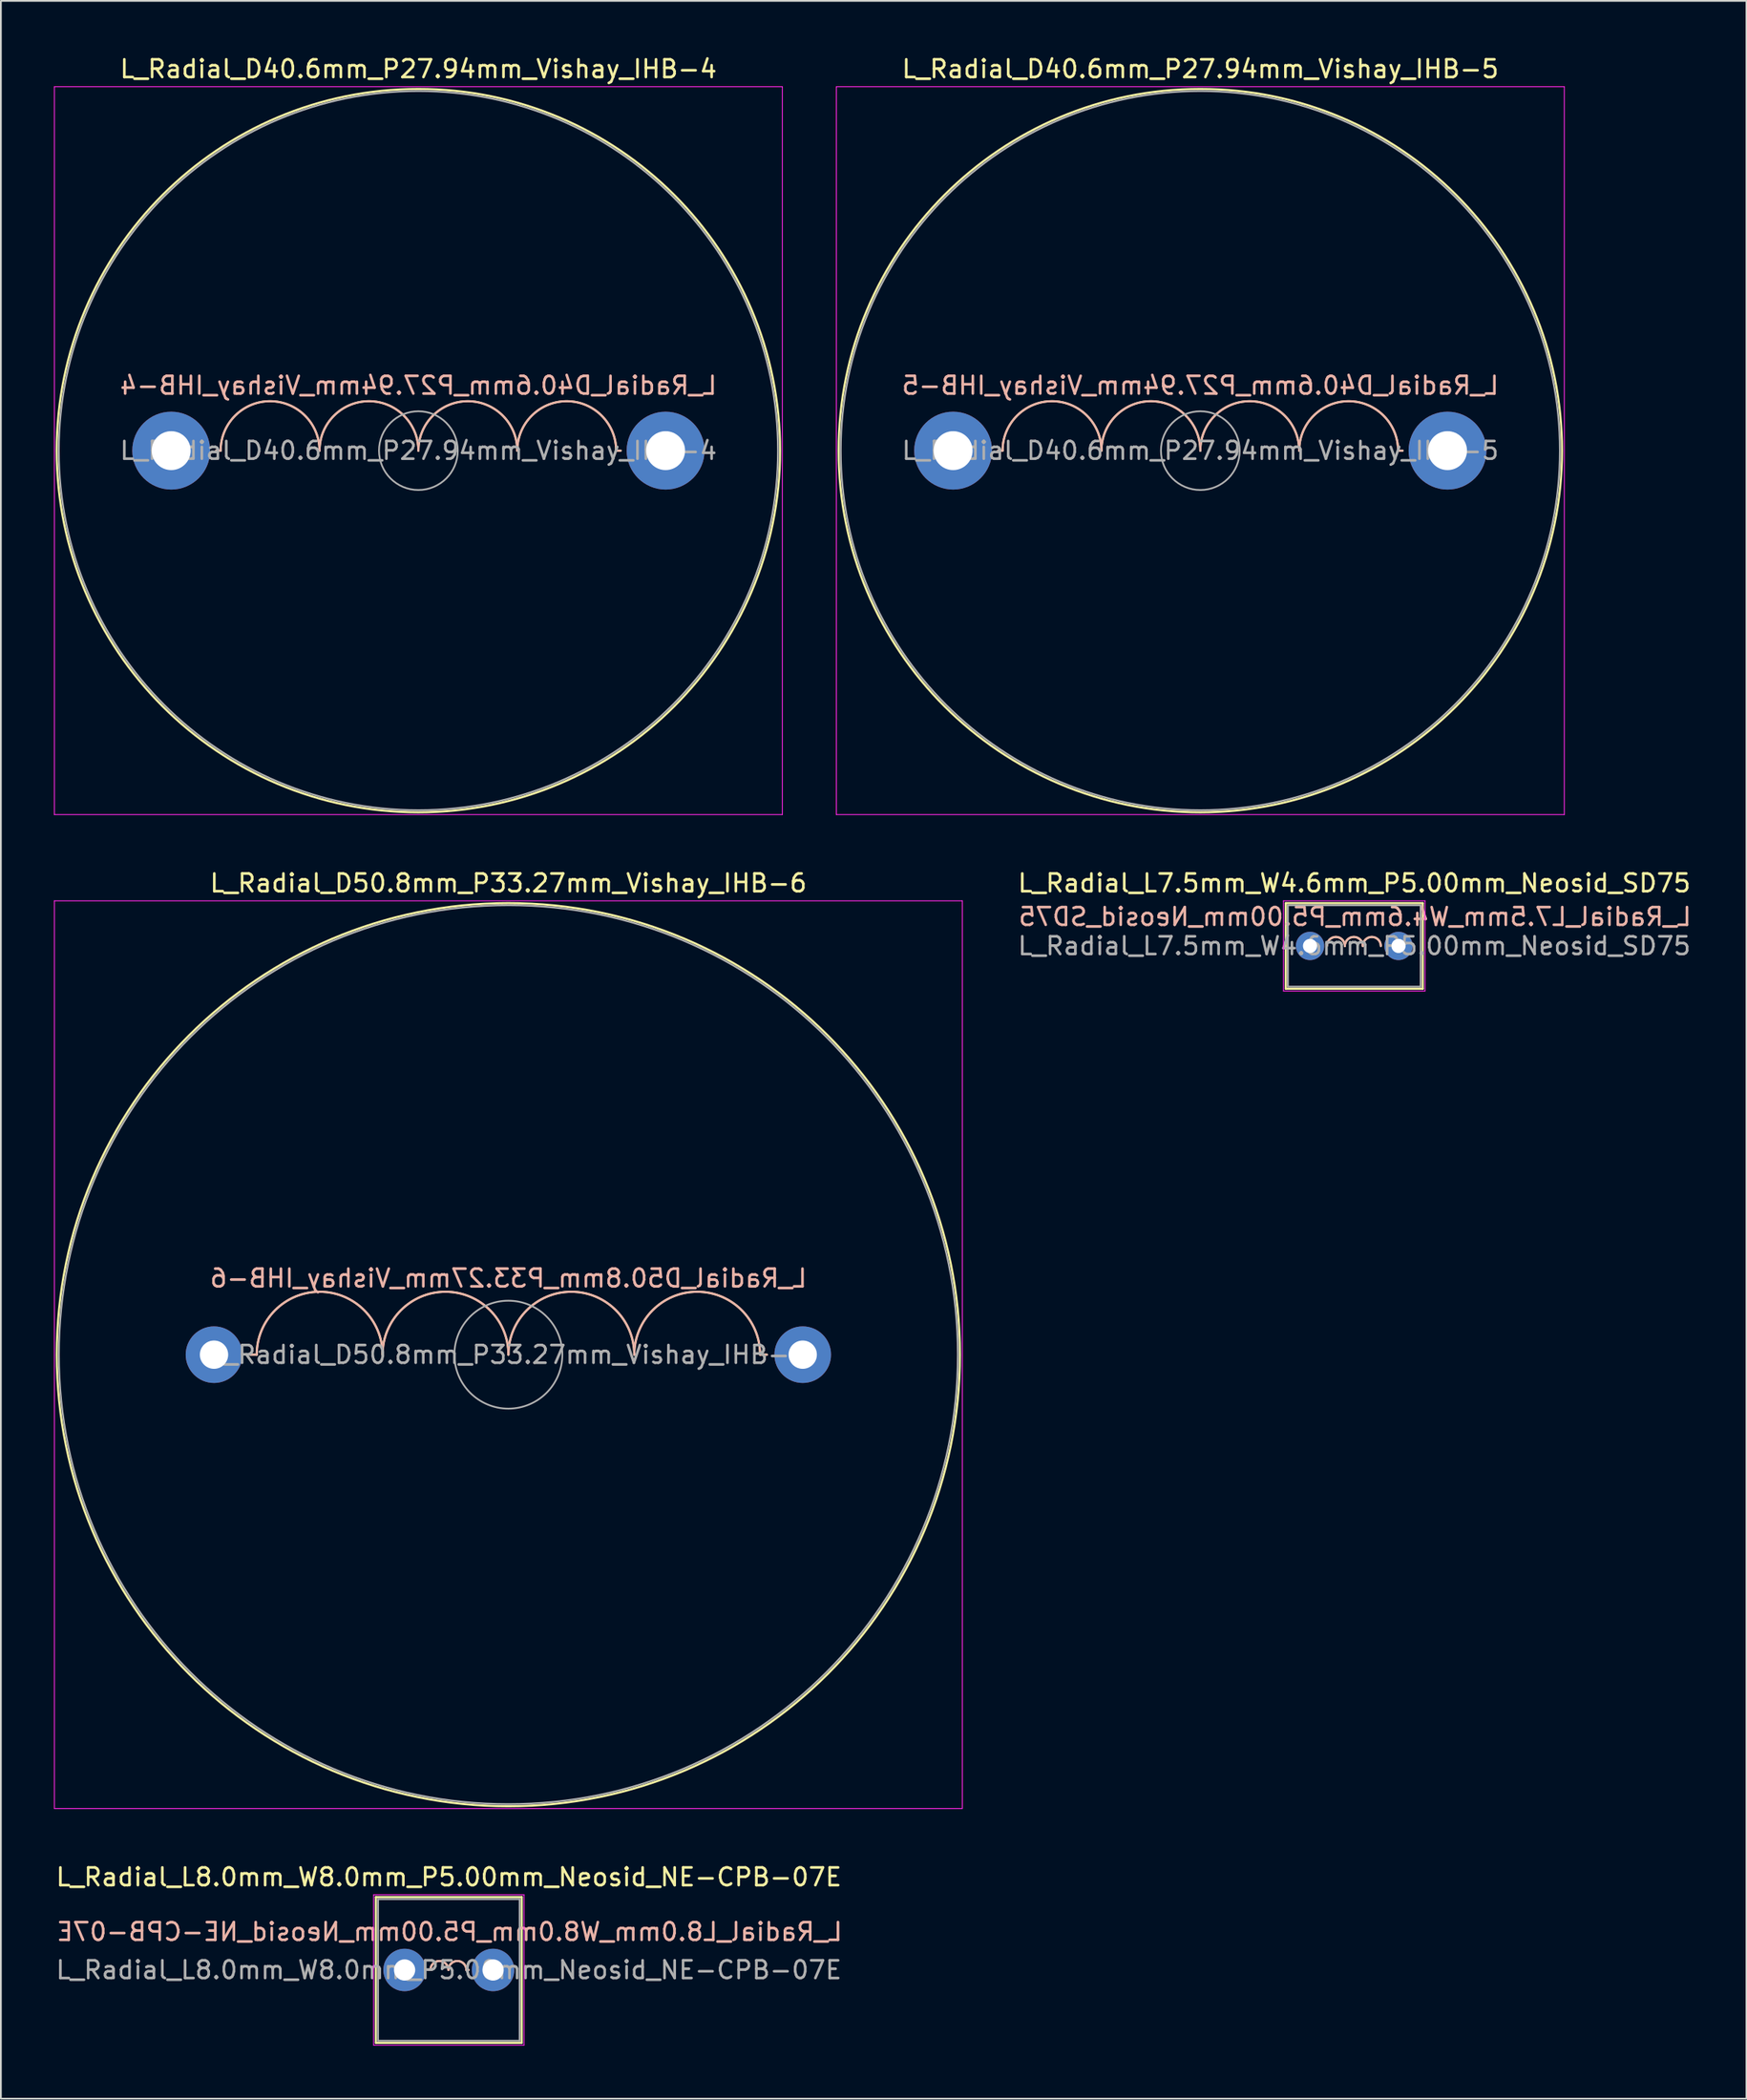
<source format=kicad_pcb>
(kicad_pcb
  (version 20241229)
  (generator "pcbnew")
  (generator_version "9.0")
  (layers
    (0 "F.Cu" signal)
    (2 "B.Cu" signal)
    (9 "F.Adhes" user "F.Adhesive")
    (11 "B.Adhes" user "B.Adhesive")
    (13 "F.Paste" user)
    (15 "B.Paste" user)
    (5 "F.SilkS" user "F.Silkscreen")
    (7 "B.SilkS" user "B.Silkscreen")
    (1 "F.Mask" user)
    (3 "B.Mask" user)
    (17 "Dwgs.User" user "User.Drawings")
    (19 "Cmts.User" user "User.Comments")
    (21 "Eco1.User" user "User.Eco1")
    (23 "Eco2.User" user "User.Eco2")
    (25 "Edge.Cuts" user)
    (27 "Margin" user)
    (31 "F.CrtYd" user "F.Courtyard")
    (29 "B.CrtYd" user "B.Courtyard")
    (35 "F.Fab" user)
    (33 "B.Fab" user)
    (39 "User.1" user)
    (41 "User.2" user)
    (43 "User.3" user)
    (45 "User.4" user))
  (footprint "L_Radial_D40.6mm_P27.94mm_Vishay_IHB-4"
    (layer "F.Cu")
    (at 6.625 22.418)
    (property "Reference" "L_Radial_D40.6mm_P27.94mm_Vishay_IHB-4" (at 13.97 -21.57 0) (layer "F.SilkS") (effects (font (size 1 1) (thickness 0.15))))
    (fp_line (start 2.794 0) (end 2.54 0) (stroke (width 0.12) (type solid)) (layer "F.SilkS"))
    (fp_line (start 25.146 0) (end 25.4 0) (stroke (width 0.12) (type solid)) (layer "F.SilkS"))
    (fp_arc (start 2.794 0) (mid 5.588 -2.794) (end 8.382 0) (stroke (width 0.12) (type solid)) (layer "F.SilkS"))
    (fp_arc (start 8.382 0) (mid 11.176 -2.794) (end 13.97 0) (stroke (width 0.12) (type solid)) (layer "F.SilkS"))
    (fp_arc (start 13.97 0) (mid 16.764 -2.794) (end 19.558 0) (stroke (width 0.12) (type solid)) (layer "F.SilkS"))
    (fp_arc (start 19.558 0) (mid 22.352 -2.794) (end 25.146 0) (stroke (width 0.12) (type solid)) (layer "F.SilkS"))
    (fp_circle (center 13.97 0) (end 34.41 0) (stroke (width 0.12) (type solid)) (fill no) (layer "F.SilkS"))
    (fp_line (start 2.794 0) (end 2.54 0) (stroke (width 0.12) (type solid)) (layer "B.SilkS"))
    (fp_line (start 25.146 0) (end 25.4 0) (stroke (width 0.12) (type solid)) (layer "B.SilkS"))
    (fp_arc (start 2.794 0) (mid 5.588 -2.794) (end 8.382 0) (stroke (width 0.12) (type solid)) (layer "B.SilkS"))
    (fp_arc (start 8.382 0) (mid 11.176 -2.794) (end 13.97 0) (stroke (width 0.12) (type solid)) (layer "B.SilkS"))
    (fp_arc (start 13.97 0) (mid 16.764 -2.794) (end 19.558 0) (stroke (width 0.12) (type solid)) (layer "B.SilkS"))
    (fp_arc (start 19.558 0) (mid 22.352 -2.794) (end 25.146 0) (stroke (width 0.12) (type solid)) (layer "B.SilkS"))
    (fp_line (start -6.6 -20.57) (end -6.6 20.57) (stroke (width 0.05) (type solid)) (layer "F.CrtYd"))
    (fp_line (start -6.6 20.57) (end 34.54 20.57) (stroke (width 0.05) (type solid)) (layer "F.CrtYd"))
    (fp_line (start 34.54 -20.57) (end -6.6 -20.57) (stroke (width 0.05) (type solid)) (layer "F.CrtYd"))
    (fp_line (start 34.54 20.57) (end 34.54 -20.57) (stroke (width 0.05) (type solid)) (layer "F.CrtYd"))
    (fp_circle (center 13.97 0) (end 16.195 0) (stroke (width 0.1) (type solid)) (fill no) (layer "F.Fab"))
    (fp_circle (center 13.97 0) (end 34.29 0) (stroke (width 0.1) (type solid)) (fill no) (layer "F.Fab"))
    (fp_text user "${REFERENCE}" (at 13.97 -3.683 0) (layer "B.SilkS") (effects (font (size 1 1) (thickness 0.15)) (justify mirror)))
    (fp_text user "${REFERENCE}" (at 13.97 0 0) (layer "F.Fab") (effects (font (size 1 1) (thickness 0.15))))
    (pad "1" thru_hole circle (at 0 0) (size 4.4 4.4) (drill 2.2) (layers "*.Cu" "*.Mask"))
    (pad "2" thru_hole circle (at 27.94 0) (size 4.4 4.4) (drill 2.2) (layers "*.Cu" "*.Mask")))
  (footprint "L_Radial_L8.0mm_W8.0mm_P5.00mm_Neosid_NE-CPB-07E"
    (layer "F.Cu")
    (at 19.815 108.285)
    (property "Reference" "L_Radial_L8.0mm_W8.0mm_P5.00mm_Neosid_NE-CPB-07E" (at 2.5 -5.25 0) (layer "F.SilkS") (effects (font (size 1 1) (thickness 0.15))))
    (fp_line (start -1.62 -4.12) (end -1.62 4.12) (stroke (width 0.12) (type solid)) (layer "F.SilkS"))
    (fp_line (start -1.62 -4.12) (end 6.62 -4.12) (stroke (width 0.12) (type solid)) (layer "F.SilkS"))
    (fp_line (start -1.62 4.12) (end 6.62 4.12) (stroke (width 0.12) (type solid)) (layer "F.SilkS"))
    (fp_line (start 1.46 0) (end 1.333 0) (stroke (width 0.12) (type solid)) (layer "F.SilkS"))
    (fp_line (start 3.493 0) (end 3.619 0) (stroke (width 0.12) (type solid)) (layer "F.SilkS"))
    (fp_line (start 6.62 -4.12) (end 6.62 4.12) (stroke (width 0.12) (type solid)) (layer "F.SilkS"))
    (fp_arc (start 1.4605 0) (mid 1.9685 -0.508) (end 2.4765 0) (stroke (width 0.12) (type solid)) (layer "F.SilkS"))
    (fp_arc (start 2.4765 0) (mid 2.9845 -0.508) (end 3.4925 0) (stroke (width 0.12) (type solid)) (layer "F.SilkS"))
    (fp_line (start 1.46 0) (end 1.333 0) (stroke (width 0.12) (type solid)) (layer "B.SilkS"))
    (fp_line (start 3.493 0) (end 3.619 0) (stroke (width 0.12) (type solid)) (layer "B.SilkS"))
    (fp_arc (start 1.4605 0) (mid 1.9685 -0.508) (end 2.4765 0) (stroke (width 0.12) (type solid)) (layer "B.SilkS"))
    (fp_arc (start 2.4765 0) (mid 2.9845 -0.508) (end 3.4925 0) (stroke (width 0.12) (type solid)) (layer "B.SilkS"))
    (fp_line (start -1.75 -4.25) (end -1.75 4.25) (stroke (width 0.05) (type solid)) (layer "F.CrtYd"))
    (fp_line (start -1.75 4.25) (end 6.75 4.25) (stroke (width 0.05) (type solid)) (layer "F.CrtYd"))
    (fp_line (start 6.75 -4.25) (end -1.75 -4.25) (stroke (width 0.05) (type solid)) (layer "F.CrtYd"))
    (fp_line (start 6.75 4.25) (end 6.75 -4.25) (stroke (width 0.05) (type solid)) (layer "F.CrtYd"))
    (fp_line (start -1.5 -4) (end -1.5 4) (stroke (width 0.1) (type solid)) (layer "F.Fab"))
    (fp_line (start -1.5 4) (end 6.5 4) (stroke (width 0.1) (type solid)) (layer "F.Fab"))
    (fp_line (start 6.5 -4) (end -1.5 -4) (stroke (width 0.1) (type solid)) (layer "F.Fab"))
    (fp_line (start 6.5 4) (end 6.5 -4) (stroke (width 0.1) (type solid)) (layer "F.Fab"))
    (fp_text user "${REFERENCE}" (at 2.54 -2.159 0) (layer "B.SilkS") (effects (font (size 1 1) (thickness 0.15)) (justify mirror)))
    (fp_text user "${REFERENCE}" (at 2.5 0 0) (layer "F.Fab") (effects (font (size 1 1) (thickness 0.15))))
    (pad "1" thru_hole circle (at 0 0) (size 2.4 2.4) (drill 1.2) (layers "*.Cu" "*.Mask"))
    (pad "2" thru_hole circle (at 5 0) (size 2.4 2.4) (drill 1.2) (layers "*.Cu" "*.Mask")))
  (footprint "L_Radial_D40.6mm_P27.94mm_Vishay_IHB-5"
    (layer "F.Cu")
    (at 50.815 22.418)
    (property "Reference" "L_Radial_D40.6mm_P27.94mm_Vishay_IHB-5" (at 13.97 -21.57 0) (layer "F.SilkS") (effects (font (size 1 1) (thickness 0.15))))
    (fp_line (start 2.794 0) (end 2.54 0) (stroke (width 0.12) (type solid)) (layer "F.SilkS"))
    (fp_line (start 25.146 0) (end 25.4 0) (stroke (width 0.12) (type solid)) (layer "F.SilkS"))
    (fp_arc (start 2.794 0) (mid 5.588 -2.794) (end 8.382 0) (stroke (width 0.12) (type solid)) (layer "F.SilkS"))
    (fp_arc (start 8.382 0) (mid 11.176 -2.794) (end 13.97 0) (stroke (width 0.12) (type solid)) (layer "F.SilkS"))
    (fp_arc (start 13.97 0) (mid 16.764 -2.794) (end 19.558 0) (stroke (width 0.12) (type solid)) (layer "F.SilkS"))
    (fp_arc (start 19.558 0) (mid 22.352 -2.794) (end 25.146 0) (stroke (width 0.12) (type solid)) (layer "F.SilkS"))
    (fp_circle (center 13.97 0) (end 34.41 0) (stroke (width 0.12) (type solid)) (fill no) (layer "F.SilkS"))
    (fp_line (start 2.794 0) (end 2.54 0) (stroke (width 0.12) (type solid)) (layer "B.SilkS"))
    (fp_line (start 25.146 0) (end 25.4 0) (stroke (width 0.12) (type solid)) (layer "B.SilkS"))
    (fp_arc (start 2.794 0) (mid 5.588 -2.794) (end 8.382 0) (stroke (width 0.12) (type solid)) (layer "B.SilkS"))
    (fp_arc (start 8.382 0) (mid 11.176 -2.794) (end 13.97 0) (stroke (width 0.12) (type solid)) (layer "B.SilkS"))
    (fp_arc (start 13.97 0) (mid 16.764 -2.794) (end 19.558 0) (stroke (width 0.12) (type solid)) (layer "B.SilkS"))
    (fp_arc (start 19.558 0) (mid 22.352 -2.794) (end 25.146 0) (stroke (width 0.12) (type solid)) (layer "B.SilkS"))
    (fp_line (start -6.6 -20.57) (end -6.6 20.57) (stroke (width 0.05) (type solid)) (layer "F.CrtYd"))
    (fp_line (start -6.6 20.57) (end 34.54 20.57) (stroke (width 0.05) (type solid)) (layer "F.CrtYd"))
    (fp_line (start 34.54 -20.57) (end -6.6 -20.57) (stroke (width 0.05) (type solid)) (layer "F.CrtYd"))
    (fp_line (start 34.54 20.57) (end 34.54 -20.57) (stroke (width 0.05) (type solid)) (layer "F.CrtYd"))
    (fp_circle (center 13.97 0) (end 16.195 0) (stroke (width 0.1) (type solid)) (fill no) (layer "F.Fab"))
    (fp_circle (center 13.97 0) (end 34.29 0) (stroke (width 0.1) (type solid)) (fill no) (layer "F.Fab"))
    (fp_text user "${REFERENCE}" (at 13.97 -3.683 0) (layer "B.SilkS") (effects (font (size 1 1) (thickness 0.15)) (justify mirror)))
    (fp_text user "${REFERENCE}" (at 13.97 0 0) (layer "F.Fab") (effects (font (size 1 1) (thickness 0.15))))
    (pad "1" thru_hole circle (at 0 0) (size 4.4 4.4) (drill 2.2) (layers "*.Cu" "*.Mask"))
    (pad "2" thru_hole circle (at 27.94 0) (size 4.4 4.4) (drill 2.2) (layers "*.Cu" "*.Mask")))
  (footprint "L_Radial_D50.8mm_P33.27mm_Vishay_IHB-6"
    (layer "F.Cu")
    (at 9.045 73.511)
    (property "Reference" "L_Radial_D50.8mm_P33.27mm_Vishay_IHB-6" (at 16.635 -26.65 0) (layer "F.SilkS") (effects (font (size 1 1) (thickness 0.15))))
    (fp_line (start 2.411 0) (end 2.032 0) (stroke (width 0.12) (type solid)) (layer "F.SilkS"))
    (fp_line (start 30.859 0) (end 31.242 0) (stroke (width 0.12) (type solid)) (layer "F.SilkS"))
    (fp_arc (start 2.411 0) (mid 5.967 -3.556) (end 9.523 0) (stroke (width 0.12) (type solid)) (layer "F.SilkS"))
    (fp_arc (start 9.523 0) (mid 13.079 -3.556) (end 16.635 0) (stroke (width 0.12) (type solid)) (layer "F.SilkS"))
    (fp_arc (start 16.635 0) (mid 20.191 -3.556) (end 23.747 0) (stroke (width 0.12) (type solid)) (layer "F.SilkS"))
    (fp_arc (start 23.747 0) (mid 27.303 -3.556) (end 30.859 0) (stroke (width 0.12) (type solid)) (layer "F.SilkS"))
    (fp_circle (center 16.635 0) (end 42.155 0) (stroke (width 0.12) (type solid)) (fill no) (layer "F.SilkS"))
    (fp_line (start 2.417 0) (end 2.034 0) (stroke (width 0.12) (type solid)) (layer "B.SilkS"))
    (fp_line (start 30.865 0) (end 31.244 0) (stroke (width 0.12) (type solid)) (layer "B.SilkS"))
    (fp_arc (start 2.417 0) (mid 5.973 -3.556) (end 9.529 0) (stroke (width 0.12) (type solid)) (layer "B.SilkS"))
    (fp_arc (start 9.529 0) (mid 13.085 -3.556) (end 16.641 0) (stroke (width 0.12) (type solid)) (layer "B.SilkS"))
    (fp_arc (start 16.641 0) (mid 20.197 -3.556) (end 23.753 0) (stroke (width 0.12) (type solid)) (layer "B.SilkS"))
    (fp_arc (start 23.753 0) (mid 27.309 -3.556) (end 30.865 0) (stroke (width 0.12) (type solid)) (layer "B.SilkS"))
    (fp_line (start -9.02 -25.65) (end -9.02 25.65) (stroke (width 0.05) (type solid)) (layer "F.CrtYd"))
    (fp_line (start -9.02 25.65) (end 42.29 25.65) (stroke (width 0.05) (type solid)) (layer "F.CrtYd"))
    (fp_line (start 42.29 -25.65) (end -9.02 -25.65) (stroke (width 0.05) (type solid)) (layer "F.CrtYd"))
    (fp_line (start 42.29 25.65) (end 42.29 -25.65) (stroke (width 0.05) (type solid)) (layer "F.CrtYd"))
    (fp_circle (center 16.635 0) (end 19.685 0) (stroke (width 0.1) (type solid)) (fill no) (layer "F.Fab"))
    (fp_circle (center 16.635 0) (end 42.035 0) (stroke (width 0.1) (type solid)) (fill no) (layer "F.Fab"))
    (fp_text user "${REFERENCE}" (at 16.637 -4.318 0) (layer "B.SilkS") (effects (font (size 1 1) (thickness 0.15)) (justify mirror)))
    (fp_text user "${REFERENCE}" (at 16.635 0 0) (layer "F.Fab") (effects (font (size 1 1) (thickness 0.15))))
    (pad "1" thru_hole circle (at 0 0) (size 3.2 3.2) (drill 1.6) (layers "*.Cu" "*.Mask"))
    (pad "2" thru_hole circle (at 33.27 0) (size 3.2 3.2) (drill 1.6) (layers "*.Cu" "*.Mask")))
  (footprint "L_Radial_L7.5mm_W4.6mm_P5.00mm_Neosid_SD75"
    (layer "F.Cu")
    (at 70.985 50.411)
    (property "Reference" "L_Radial_L7.5mm_W4.6mm_P5.00mm_Neosid_SD75" (at 2.5 -3.55 0) (layer "F.SilkS") (effects (font (size 1 1) (thickness 0.15))))
    (fp_line (start -1.37 -2.42) (end -1.37 2.42) (stroke (width 0.12) (type solid)) (layer "F.SilkS"))
    (fp_line (start -1.37 -2.42) (end 6.37 -2.42) (stroke (width 0.12) (type solid)) (layer "F.SilkS"))
    (fp_line (start -1.37 2.42) (end 6.37 2.42) (stroke (width 0.12) (type solid)) (layer "F.SilkS"))
    (fp_line (start 6.37 -2.42) (end 6.37 2.42) (stroke (width 0.12) (type solid)) (layer "F.SilkS"))
    (fp_arc (start 0.9525 0) (mid 1.4605 -0.508) (end 1.9685 0) (stroke (width 0.12) (type solid)) (layer "F.SilkS"))
    (fp_arc (start 1.9685 0) (mid 2.4765 -0.508) (end 2.9845 0) (stroke (width 0.12) (type solid)) (layer "F.SilkS"))
    (fp_arc (start 2.9845 0) (mid 3.4925 -0.508) (end 4.0005 0) (stroke (width 0.12) (type solid)) (layer "F.SilkS"))
    (fp_arc (start 0.9525 0) (mid 1.4605 -0.508) (end 1.9685 0) (stroke (width 0.12) (type solid)) (layer "B.SilkS"))
    (fp_arc (start 1.9685 0) (mid 2.4765 -0.508) (end 2.9845 0) (stroke (width 0.12) (type solid)) (layer "B.SilkS"))
    (fp_arc (start 2.9845 0) (mid 3.4925 -0.508) (end 4.0005 0) (stroke (width 0.12) (type solid)) (layer "B.SilkS"))
    (fp_line (start -1.5 -2.55) (end -1.5 2.55) (stroke (width 0.05) (type solid)) (layer "F.CrtYd"))
    (fp_line (start -1.5 2.55) (end 6.5 2.55) (stroke (width 0.05) (type solid)) (layer "F.CrtYd"))
    (fp_line (start 6.5 -2.55) (end -1.5 -2.55) (stroke (width 0.05) (type solid)) (layer "F.CrtYd"))
    (fp_line (start 6.5 2.55) (end 6.5 -2.55) (stroke (width 0.05) (type solid)) (layer "F.CrtYd"))
    (fp_line (start -1.25 -2.3) (end -1.25 2.3) (stroke (width 0.1) (type solid)) (layer "F.Fab"))
    (fp_line (start -1.25 2.3) (end 6.25 2.3) (stroke (width 0.1) (type solid)) (layer "F.Fab"))
    (fp_line (start 6.25 -2.3) (end -1.25 -2.3) (stroke (width 0.1) (type solid)) (layer "F.Fab"))
    (fp_line (start 6.25 2.3) (end 6.25 -2.3) (stroke (width 0.1) (type solid)) (layer "F.Fab"))
    (fp_text user "${REFERENCE}" (at 2.54 -1.651 0) (layer "B.SilkS") (effects (font (size 1 1) (thickness 0.15)) (justify mirror)))
    (fp_text user "${REFERENCE}" (at 2.5 0 0) (layer "F.Fab") (effects (font (size 1 1) (thickness 0.15))))
    (pad "1" thru_hole circle (at 0 0) (size 1.6 1.6) (drill 0.8) (layers "*.Cu" "*.Mask"))
    (pad "2" thru_hole circle (at 5 0) (size 1.6 1.6) (drill 0.8) (layers "*.Cu" "*.Mask")))
  (gr_rect
    (start -3 -3)
    (end 95.65 115.56)
    (stroke (width 0.1) (type default))
    (fill no)
    (layer "Edge.Cuts")))
</source>
